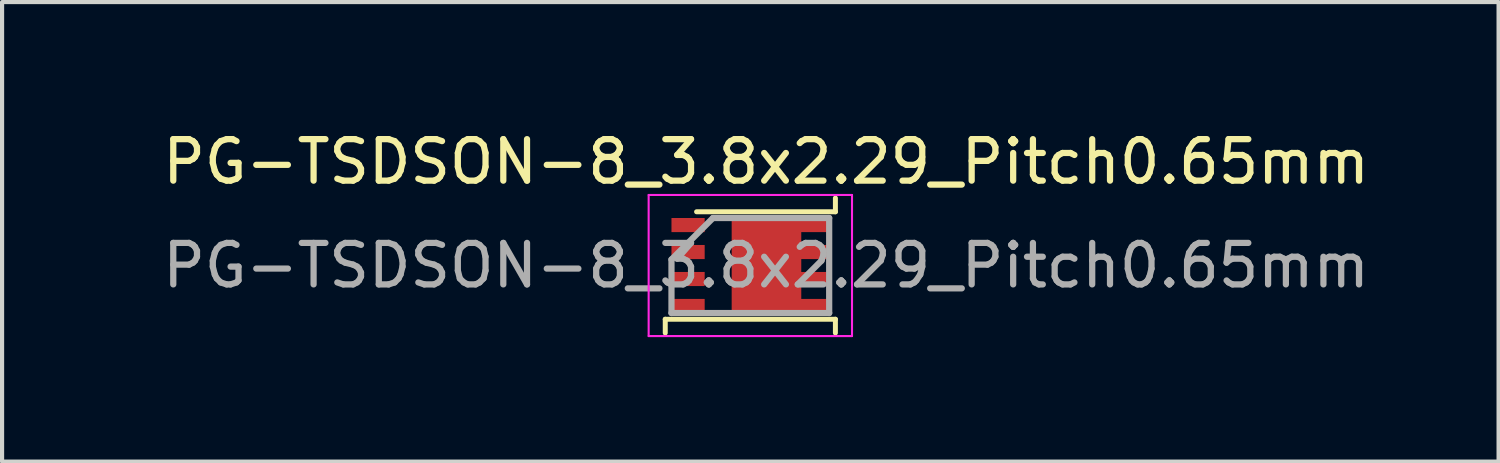
<source format=kicad_pcb>
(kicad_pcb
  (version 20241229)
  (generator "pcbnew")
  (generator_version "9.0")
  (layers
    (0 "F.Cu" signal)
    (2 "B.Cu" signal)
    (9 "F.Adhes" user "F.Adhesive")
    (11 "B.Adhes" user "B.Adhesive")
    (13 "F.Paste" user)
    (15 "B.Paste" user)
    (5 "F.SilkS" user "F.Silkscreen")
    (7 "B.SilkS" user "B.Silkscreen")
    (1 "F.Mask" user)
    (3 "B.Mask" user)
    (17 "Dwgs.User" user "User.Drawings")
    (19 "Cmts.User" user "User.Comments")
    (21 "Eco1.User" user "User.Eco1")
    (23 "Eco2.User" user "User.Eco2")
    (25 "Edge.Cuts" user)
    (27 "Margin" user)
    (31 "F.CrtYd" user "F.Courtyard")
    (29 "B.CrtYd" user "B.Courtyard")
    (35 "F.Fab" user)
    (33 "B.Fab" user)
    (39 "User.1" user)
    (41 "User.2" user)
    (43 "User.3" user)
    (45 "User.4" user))
  (footprint " PG-TSDSON-8_3.8x2.29_Pitch0.65mm"
    (layer "F.Cu")
    (at 15.03 3.348)
    (property "Reference" " PG-TSDSON-8_3.8x2.29_Pitch0.65mm" (at 0 -2.5 0) (layer "F.SilkS") (effects (font (size 1 1) (thickness 0.15))))
    (attr smd)
    (fp_line (start -2.05 1.295) (end 2.05 1.295) (stroke (width 0.12) (type default)) (layer "F.SilkS"))
    (fp_line (start -2.05 1.625) (end -2.05 1.295) (stroke (width 0.12) (type default)) (layer "F.SilkS"))
    (fp_line (start -1.295 -1.295) (end 2.05 -1.295) (stroke (width 0.12) (type default)) (layer "F.SilkS"))
    (fp_line (start 2.05 -1.295) (end 2.05 -1.625) (stroke (width 0.12) (type default)) (layer "F.SilkS"))
    (fp_line (start 2.05 1.295) (end 2.05 1.625) (stroke (width 0.12) (type default)) (layer "F.SilkS"))
    (fp_line (start -2.45 -1.7) (end 2.45 -1.7) (stroke (width 0.05) (type default)) (layer "F.CrtYd"))
    (fp_line (start -2.45 1.7) (end -2.45 -1.7) (stroke (width 0.05) (type default)) (layer "F.CrtYd"))
    (fp_line (start 2.45 -1.7) (end 2.45 1.7) (stroke (width 0.05) (type default)) (layer "F.CrtYd"))
    (fp_line (start 2.45 1.7) (end -2.45 1.7) (stroke (width 0.05) (type default)) (layer "F.CrtYd"))
    (fp_line (start -1.9 -0.145) (end -1.9 1.145) (stroke (width 0.15) (type default)) (layer "F.Fab"))
    (fp_line (start -1.9 1.145) (end 1.9 1.145) (stroke (width 0.15) (type default)) (layer "F.Fab"))
    (fp_line (start -0.9 -1.145) (end -1.9 -0.145) (stroke (width 0.15) (type default)) (layer "F.Fab"))
    (fp_line (start 1.9 -1.145) (end -0.9 -1.145) (stroke (width 0.15) (type default)) (layer "F.Fab"))
    (fp_line (start 1.9 1.145) (end 1.9 -1.145) (stroke (width 0.15) (type default)) (layer "F.Fab"))
    (fp_text user "${REFERENCE}" (at 0 0 0) (layer "F.Fab") (effects (font (size 1 1) (thickness 0.15))))
    (pad "1" smd rect (at 0.389 0 90) (size 2.29 1.677) (layers "F.Cu" "F.Mask" "F.Paste"))
    (pad "1" smd rect (at 1.5 -0.975 90) (size 0.34 0.8) (layers "F.Cu" "F.Mask" "F.Paste"))
    (pad "1" smd rect (at 1.5 -0.325 90) (size 0.34 0.8) (layers "F.Cu" "F.Mask" "F.Paste"))
    (pad "1" smd rect (at 1.5 0.325 90) (size 0.34 0.8) (layers "F.Cu" "F.Mask" "F.Paste"))
    (pad "1" smd rect (at 1.5 0.975 90) (size 0.34 0.8) (layers "F.Cu" "F.Mask" "F.Paste"))
    (pad "2" smd rect (at -1.5 0.975 90) (size 0.34 0.8) (layers "F.Cu" "F.Mask" "F.Paste"))
    (pad "3" smd rect (at -1.5 -0.975 90) (size 0.34 0.8) (layers "F.Cu" "F.Mask" "F.Paste"))
    (pad "3" smd rect (at -1.5 -0.325 90) (size 0.34 0.8) (layers "F.Cu" "F.Mask" "F.Paste"))
    (pad "3" smd rect (at -1.5 0.325 90) (size 0.34 0.8) (layers "F.Cu" "F.Mask" "F.Paste")))
  (gr_rect
    (start -3 -3)
    (end 33.06 8.073)
    (stroke (width 0.1) (type default))
    (fill no)
    (layer "Edge.Cuts")))
</source>
